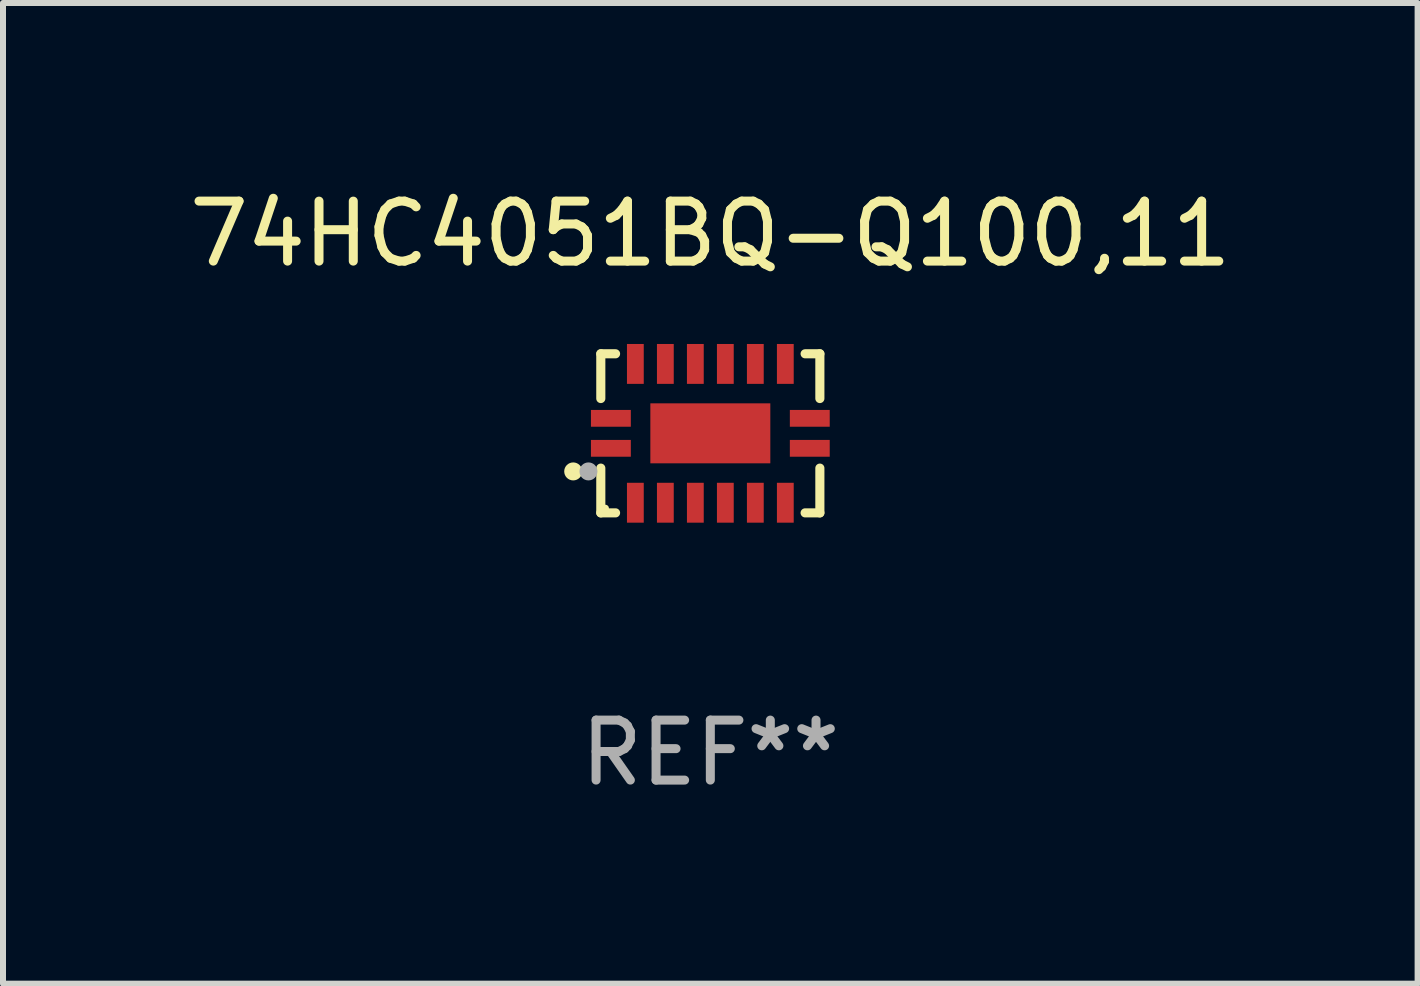
<source format=kicad_pcb>
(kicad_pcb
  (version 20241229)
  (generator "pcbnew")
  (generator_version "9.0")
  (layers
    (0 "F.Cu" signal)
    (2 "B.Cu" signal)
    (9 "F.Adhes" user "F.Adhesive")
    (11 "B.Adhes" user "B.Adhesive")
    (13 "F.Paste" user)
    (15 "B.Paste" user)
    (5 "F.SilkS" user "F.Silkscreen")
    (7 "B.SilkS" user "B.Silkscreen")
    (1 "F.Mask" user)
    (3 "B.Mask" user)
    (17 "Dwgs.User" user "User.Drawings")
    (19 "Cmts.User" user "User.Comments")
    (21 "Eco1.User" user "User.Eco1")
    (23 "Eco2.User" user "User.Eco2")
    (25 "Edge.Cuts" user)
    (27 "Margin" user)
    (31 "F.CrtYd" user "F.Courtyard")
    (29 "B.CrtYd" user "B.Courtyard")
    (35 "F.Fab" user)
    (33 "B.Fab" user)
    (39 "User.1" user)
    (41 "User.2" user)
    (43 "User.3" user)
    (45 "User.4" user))
  (footprint "74HC4051BQ-Q100,11"
    (layer "F.Cu")
    (at 8.792 4.174)
    (property "Reference" "74HC4051BQ-Q100,11" (at 0 -3.326 0) (layer "F.SilkS") (effects (font (size 1 1) (thickness 0.15))))
    (attr through_hole)
    (fp_line (start -1.826 -1.326) (end -1.58 -1.326) (stroke (width 0.152) (type solid)) (layer "F.SilkS"))
    (fp_line (start -1.826 -0.58) (end -1.826 -1.326) (stroke (width 0.152) (type solid)) (layer "F.SilkS"))
    (fp_line (start -1.826 0.58) (end -1.826 1.326) (stroke (width 0.152) (type solid)) (layer "F.SilkS"))
    (fp_line (start -1.826 1.326) (end -1.58 1.326) (stroke (width 0.152) (type solid)) (layer "F.SilkS"))
    (fp_line (start 1.826 -1.326) (end 1.58 -1.326) (stroke (width 0.152) (type solid)) (layer "F.SilkS"))
    (fp_line (start 1.826 -0.58) (end 1.826 -1.326) (stroke (width 0.152) (type solid)) (layer "F.SilkS"))
    (fp_line (start 1.826 0.58) (end 1.826 1.326) (stroke (width 0.152) (type solid)) (layer "F.SilkS"))
    (fp_line (start 1.826 1.326) (end 1.58 1.326) (stroke (width 0.152) (type solid)) (layer "F.SilkS"))
    (fp_circle (center -2.286 0.635) (end -2.211 0.635) (stroke (width 0.15) (type solid)) (fill no) (layer "F.SilkS"))
    (fp_circle (center -1.75 1.25) (end -1.72 1.25) (stroke (width 0.06) (type solid)) (fill no) (layer "F.SilkS"))
    (fp_circle (center -2.032 0.635) (end -1.957 0.635) (stroke (width 0.15) (type solid)) (fill no) (layer "F.Fab"))
    (fp_text user "REF**" (at 0 5.326 0) (layer "F.Fab") (effects (font (size 1 1) (thickness 0.15))))
    (pad "1" smd rect (at -1.658 0.25) (size 0.665 0.28) (layers "F.Cu" "F.Mask" "F.Paste"))
    (pad "2" smd rect (at -1.25 1.157) (size 0.28 0.665) (layers "F.Cu" "F.Mask" "F.Paste"))
    (pad "3" smd rect (at -0.75 1.157) (size 0.28 0.665) (layers "F.Cu" "F.Mask" "F.Paste"))
    (pad "4" smd rect (at -0.25 1.157) (size 0.28 0.665) (layers "F.Cu" "F.Mask" "F.Paste"))
    (pad "5" smd rect (at 0.25 1.157) (size 0.28 0.665) (layers "F.Cu" "F.Mask" "F.Paste"))
    (pad "6" smd rect (at 0.75 1.157) (size 0.28 0.665) (layers "F.Cu" "F.Mask" "F.Paste"))
    (pad "7" smd rect (at 1.25 1.157) (size 0.28 0.665) (layers "F.Cu" "F.Mask" "F.Paste"))
    (pad "8" smd rect (at 1.658 0.25) (size 0.665 0.28) (layers "F.Cu" "F.Mask" "F.Paste"))
    (pad "9" smd rect (at 1.658 -0.25) (size 0.665 0.28) (layers "F.Cu" "F.Mask" "F.Paste"))
    (pad "10" smd rect (at 1.25 -1.157) (size 0.28 0.665) (layers "F.Cu" "F.Mask" "F.Paste"))
    (pad "11" smd rect (at 0.75 -1.157) (size 0.28 0.665) (layers "F.Cu" "F.Mask" "F.Paste"))
    (pad "12" smd rect (at 0.25 -1.157) (size 0.28 0.665) (layers "F.Cu" "F.Mask" "F.Paste"))
    (pad "13" smd rect (at -0.25 -1.157) (size 0.28 0.665) (layers "F.Cu" "F.Mask" "F.Paste"))
    (pad "14" smd rect (at -0.75 -1.157) (size 0.28 0.665) (layers "F.Cu" "F.Mask" "F.Paste"))
    (pad "15" smd rect (at -1.25 -1.157) (size 0.28 0.665) (layers "F.Cu" "F.Mask" "F.Paste"))
    (pad "16" smd rect (at -1.658 -0.25) (size 0.665 0.28) (layers "F.Cu" "F.Mask" "F.Paste"))
    (pad "17" smd rect (at 0 0) (size 2 1) (layers "F.Cu" "F.Mask" "F.Paste")))
  (gr_rect
    (start -3 -3)
    (end 20.583 13.349)
    (stroke (width 0.1) (type default))
    (fill no)
    (layer "Edge.Cuts")))
</source>
